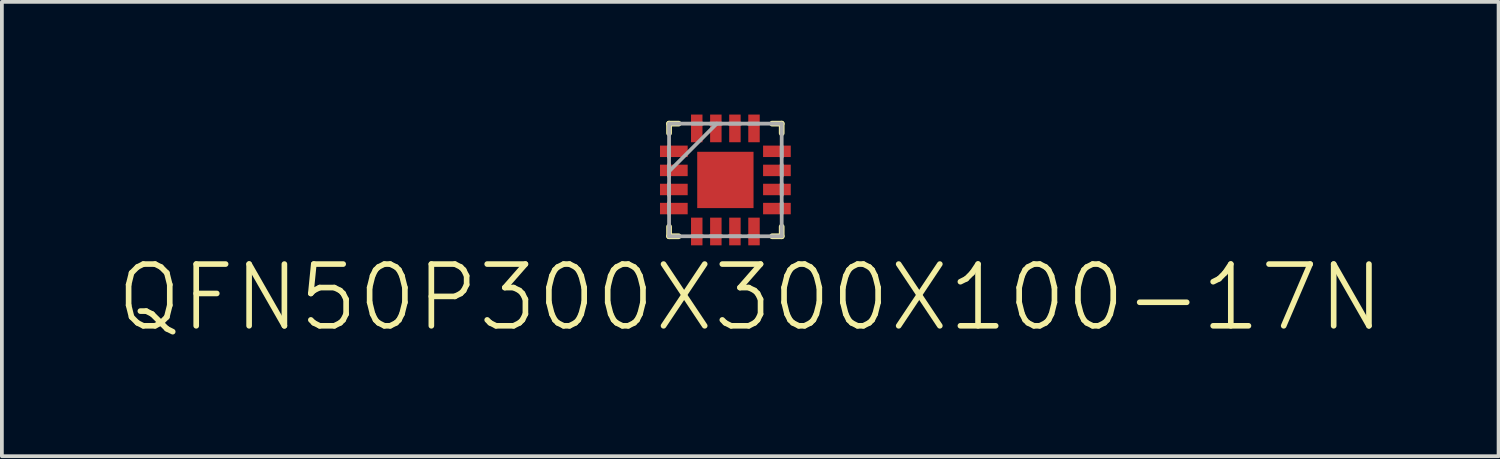
<source format=kicad_pcb>
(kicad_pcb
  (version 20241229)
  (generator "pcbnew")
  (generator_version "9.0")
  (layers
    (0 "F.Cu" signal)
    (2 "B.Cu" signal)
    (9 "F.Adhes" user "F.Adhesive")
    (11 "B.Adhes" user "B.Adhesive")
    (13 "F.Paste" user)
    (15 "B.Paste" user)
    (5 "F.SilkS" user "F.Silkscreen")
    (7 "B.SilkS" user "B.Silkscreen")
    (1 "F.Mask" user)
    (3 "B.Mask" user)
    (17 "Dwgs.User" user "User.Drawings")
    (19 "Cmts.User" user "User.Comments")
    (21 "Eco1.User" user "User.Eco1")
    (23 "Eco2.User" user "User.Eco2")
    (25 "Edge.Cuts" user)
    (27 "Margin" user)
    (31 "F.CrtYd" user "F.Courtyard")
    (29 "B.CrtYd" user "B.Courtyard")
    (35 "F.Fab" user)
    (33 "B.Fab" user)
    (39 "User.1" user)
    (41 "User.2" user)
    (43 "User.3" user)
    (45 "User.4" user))
  (footprint "QFN50P300X300X100-17N"
    (layer "F.Cu")
    (at 16.259 1.74)
    (property "Reference" "QFN50P300X300X100-17N" (at 0.662 3.13 0) (layer "F.SilkS") (effects (font (size 1.643 1.643) (thickness 0.15))))
    (attr through_hole)
    (fp_line (start -1.499 -1.499) (end -1.499 -1.245) (stroke (width 0.152) (type solid)) (layer "F.SilkS"))
    (fp_line (start -1.499 1.245) (end -1.499 1.499) (stroke (width 0.152) (type solid)) (layer "F.SilkS"))
    (fp_line (start -1.499 1.499) (end -1.245 1.499) (stroke (width 0.152) (type solid)) (layer "F.SilkS"))
    (fp_line (start -1.245 -1.499) (end -1.499 -1.499) (stroke (width 0.152) (type solid)) (layer "F.SilkS"))
    (fp_line (start 1.245 1.499) (end 1.499 1.499) (stroke (width 0.152) (type solid)) (layer "F.SilkS"))
    (fp_line (start 1.499 -1.499) (end 1.245 -1.499) (stroke (width 0.152) (type solid)) (layer "F.SilkS"))
    (fp_line (start 1.499 -1.245) (end 1.499 -1.499) (stroke (width 0.152) (type solid)) (layer "F.SilkS"))
    (fp_line (start 1.499 1.499) (end 1.499 1.245) (stroke (width 0.152) (type solid)) (layer "F.SilkS"))
    (fp_line (start -1.499 -1.499) (end -1.499 1.499) (stroke (width 0.1) (type solid)) (layer "F.Fab"))
    (fp_line (start -1.499 -0.889) (end -1.499 -0.61) (stroke (width 0.1) (type solid)) (layer "F.Fab"))
    (fp_line (start -1.499 -0.406) (end -1.499 -0.102) (stroke (width 0.1) (type solid)) (layer "F.Fab"))
    (fp_line (start -1.499 -0.229) (end -0.229 -1.499) (stroke (width 0.1) (type solid)) (layer "F.Fab"))
    (fp_line (start -1.499 0.102) (end -1.499 0.406) (stroke (width 0.1) (type solid)) (layer "F.Fab"))
    (fp_line (start -1.499 0.61) (end -1.499 0.889) (stroke (width 0.1) (type solid)) (layer "F.Fab"))
    (fp_line (start -1.499 1.499) (end 1.499 1.499) (stroke (width 0.1) (type solid)) (layer "F.Fab"))
    (fp_line (start -0.889 1.499) (end -0.61 1.499) (stroke (width 0.1) (type solid)) (layer "F.Fab"))
    (fp_line (start -0.61 -1.499) (end -0.889 -1.499) (stroke (width 0.1) (type solid)) (layer "F.Fab"))
    (fp_line (start -0.406 1.499) (end -0.102 1.499) (stroke (width 0.1) (type solid)) (layer "F.Fab"))
    (fp_line (start -0.102 -1.499) (end -0.406 -1.499) (stroke (width 0.1) (type solid)) (layer "F.Fab"))
    (fp_line (start 0.102 1.499) (end 0.406 1.499) (stroke (width 0.1) (type solid)) (layer "F.Fab"))
    (fp_line (start 0.406 -1.499) (end 0.102 -1.499) (stroke (width 0.1) (type solid)) (layer "F.Fab"))
    (fp_line (start 0.61 1.499) (end 0.889 1.499) (stroke (width 0.1) (type solid)) (layer "F.Fab"))
    (fp_line (start 0.889 -1.499) (end 0.61 -1.499) (stroke (width 0.1) (type solid)) (layer "F.Fab"))
    (fp_line (start 1.499 -1.499) (end -1.499 -1.499) (stroke (width 0.1) (type solid)) (layer "F.Fab"))
    (fp_line (start 1.499 -0.61) (end 1.499 -0.889) (stroke (width 0.1) (type solid)) (layer "F.Fab"))
    (fp_line (start 1.499 -0.102) (end 1.499 -0.406) (stroke (width 0.1) (type solid)) (layer "F.Fab"))
    (fp_line (start 1.499 0.406) (end 1.499 0.102) (stroke (width 0.1) (type solid)) (layer "F.Fab"))
    (fp_line (start 1.499 0.889) (end 1.499 0.61) (stroke (width 0.1) (type solid)) (layer "F.Fab"))
    (fp_line (start 1.499 1.499) (end 1.499 -1.499) (stroke (width 0.1) (type solid)) (layer "F.Fab"))
    (pad "1" smd rect (at -1.372 -0.762 270) (size 0.305 0.737) (layers "F.Cu" "F.Mask" "F.Paste"))
    (pad "2" smd rect (at -1.372 -0.254 270) (size 0.305 0.737) (layers "F.Cu" "F.Mask" "F.Paste"))
    (pad "3" smd rect (at -1.372 0.254 270) (size 0.305 0.737) (layers "F.Cu" "F.Mask" "F.Paste"))
    (pad "4" smd rect (at -1.372 0.762 270) (size 0.305 0.737) (layers "F.Cu" "F.Mask" "F.Paste"))
    (pad "5" smd rect (at -0.762 1.372 180) (size 0.305 0.737) (layers "F.Cu" "F.Mask" "F.Paste"))
    (pad "6" smd rect (at -0.254 1.372 180) (size 0.305 0.737) (layers "F.Cu" "F.Mask" "F.Paste"))
    (pad "7" smd rect (at 0.254 1.372 180) (size 0.305 0.737) (layers "F.Cu" "F.Mask" "F.Paste"))
    (pad "8" smd rect (at 0.762 1.372 180) (size 0.305 0.737) (layers "F.Cu" "F.Mask" "F.Paste"))
    (pad "9" smd rect (at 1.372 0.762 270) (size 0.305 0.737) (layers "F.Cu" "F.Mask" "F.Paste"))
    (pad "10" smd rect (at 1.372 0.254 270) (size 0.305 0.737) (layers "F.Cu" "F.Mask" "F.Paste"))
    (pad "11" smd rect (at 1.372 -0.254 270) (size 0.305 0.737) (layers "F.Cu" "F.Mask" "F.Paste"))
    (pad "12" smd rect (at 1.372 -0.762 270) (size 0.305 0.737) (layers "F.Cu" "F.Mask" "F.Paste"))
    (pad "13" smd rect (at 0.762 -1.372 180) (size 0.305 0.737) (layers "F.Cu" "F.Mask" "F.Paste"))
    (pad "14" smd rect (at 0.254 -1.372 180) (size 0.305 0.737) (layers "F.Cu" "F.Mask" "F.Paste"))
    (pad "15" smd rect (at -0.254 -1.372 180) (size 0.305 0.737) (layers "F.Cu" "F.Mask" "F.Paste"))
    (pad "16" smd rect (at -0.762 -1.372 180) (size 0.305 0.737) (layers "F.Cu" "F.Mask" "F.Paste"))
    (pad "17" smd rect (at 0 0) (size 1.499 1.499) (layers "F.Cu" "F.Mask" "F.Paste")))
  (gr_rect
    (start -3 -3)
    (end 36.841 9.094)
    (stroke (width 0.1) (type default))
    (fill no)
    (layer "Edge.Cuts")))
</source>
